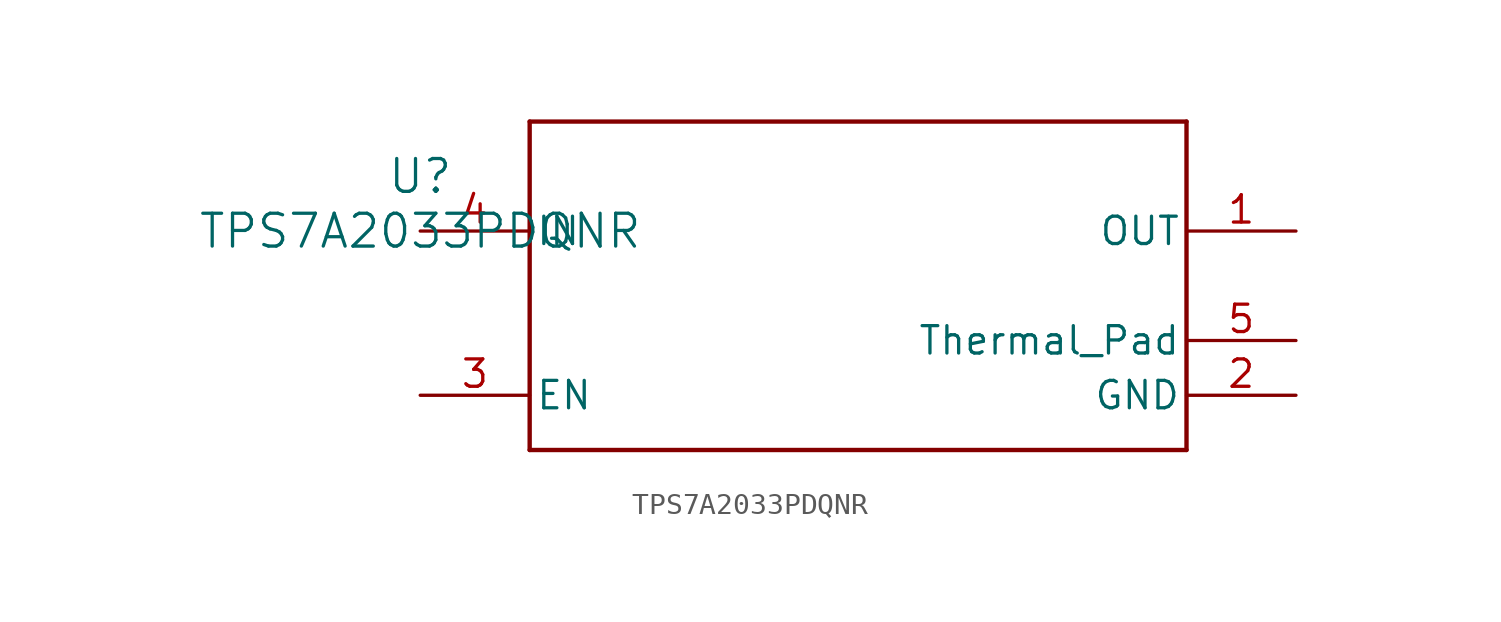
<source format=kicad_sym>
(kicad_symbol_lib
  (version 20211014)
  (generator kicad_symbol_editor)
  (symbol "TPS7A2033PDQNR"
    (pin_names
      (offset 0.254))
    (property "Reference" "U"
      (at 0 2.54 0)
      (effects (font (size 1.524 1.524))))
    (property "Value" "TPS7A2033PDQNR"
      (at 0 0 0)
      (effects (font (size 1.524 1.524))))
    (symbol "TPS7A2033PDQNR_0_1"
      (polyline (pts (xy 5.08 -10.16) (xy 35.56 -10.16)) (stroke (width 0.203) (type default) (color 0 0 0 0)) (fill (type none)))
      (polyline (pts (xy 35.56 -10.16) (xy 35.56 5.08)) (stroke (width 0.203) (type default) (color 0 0 0 0)) (fill (type none)))
      (polyline (pts (xy 35.56 5.08) (xy 5.08 5.08)) (stroke (width 0.203) (type default) (color 0 0 0 0)) (fill (type none)))
      (polyline (pts (xy 5.08 5.08) (xy 5.08 -10.16)) (stroke (width 0.203) (type default) (color 0 0 0 0)) (fill (type none)))
      (pin unspecified line (at 40.64 0 180) (length 5.08) (name "OUT" (effects (font (size 1.27 1.27)))) (number "1" (effects (font (size 1.27 1.27)))))
      (pin power_in line (at 40.64 -7.62 180) (length 5.08) (name "GND" (effects (font (size 1.27 1.27)))) (number "2" (effects (font (size 1.27 1.27)))))
      (pin input line (at 0 -7.62 0) (length 5.08) (name "EN" (effects (font (size 1.27 1.27)))) (number "3" (effects (font (size 1.27 1.27)))))
      (pin power_in line (at 0 0 0) (length 5.08) (name "IN" (effects (font (size 1.27 1.27)))) (number "4" (effects (font (size 1.27 1.27)))))
      (pin unspecified line (at 40.64 -5.08 180) (length 5.08) (name "Thermal_Pad" (effects (font (size 1.27 1.27)))) (number "5" (effects (font (size 1.27 1.27))))))))
</source>
